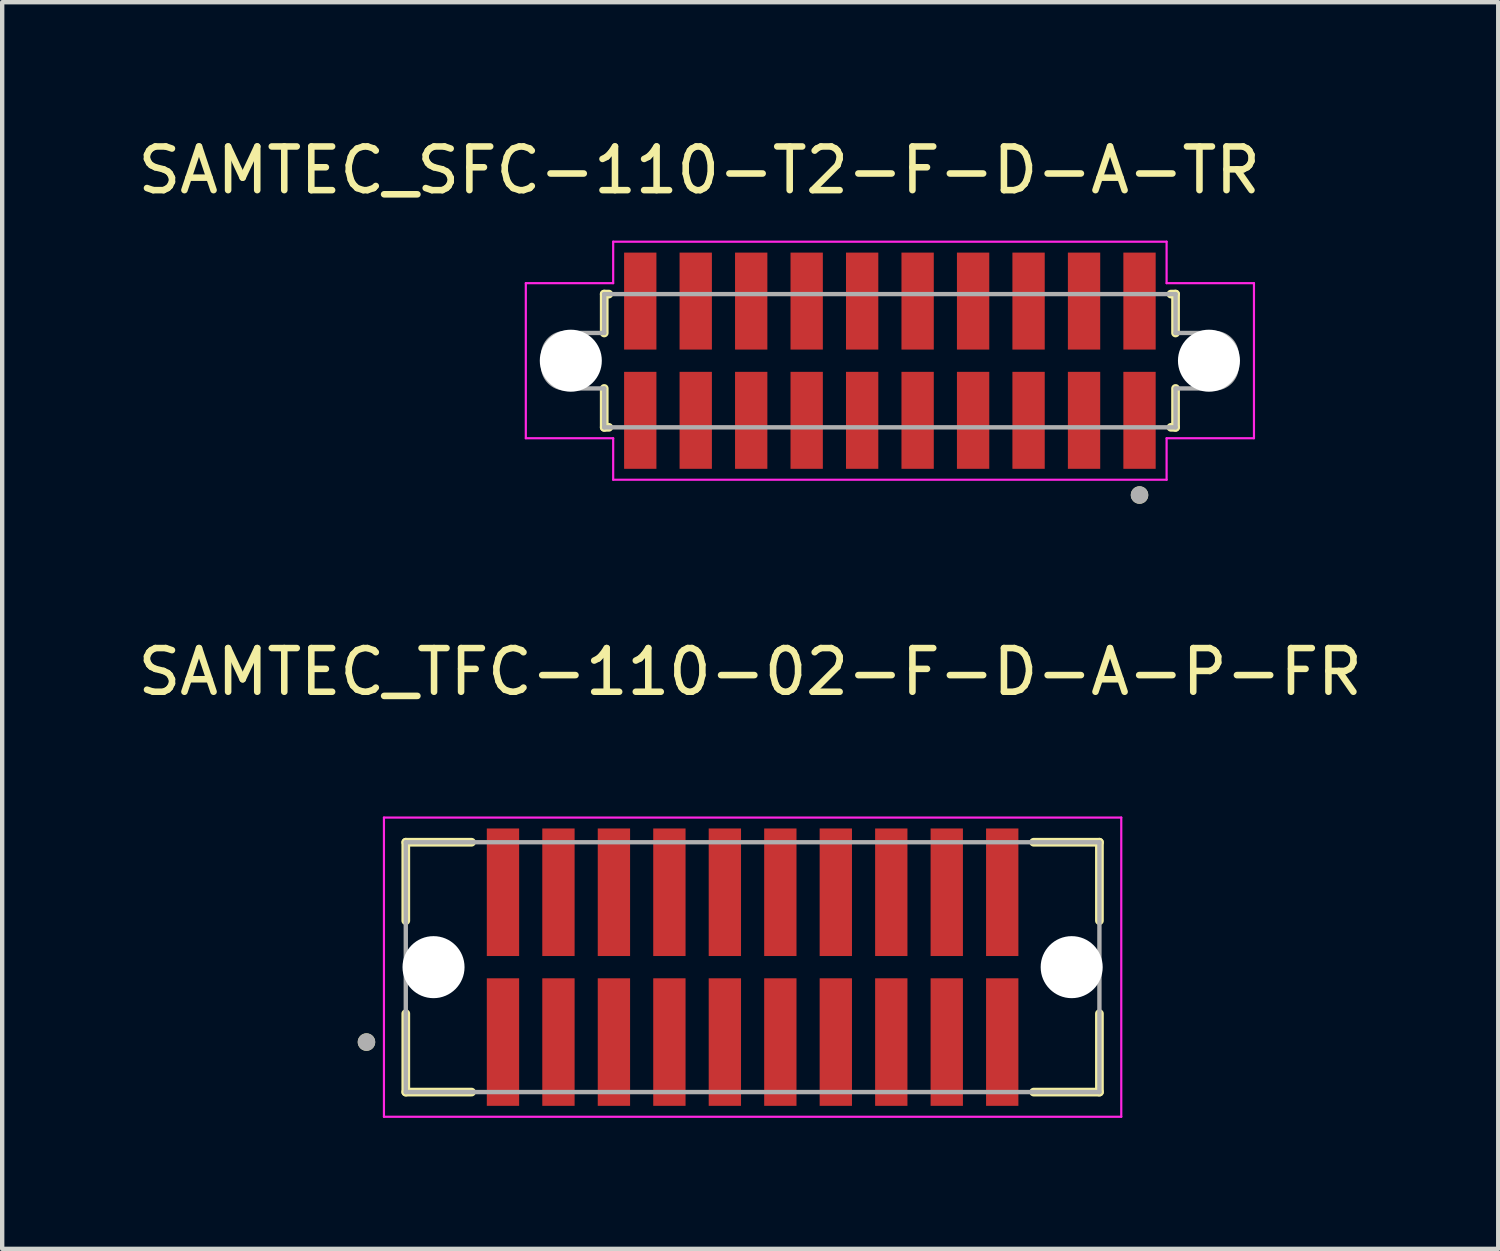
<source format=kicad_pcb>
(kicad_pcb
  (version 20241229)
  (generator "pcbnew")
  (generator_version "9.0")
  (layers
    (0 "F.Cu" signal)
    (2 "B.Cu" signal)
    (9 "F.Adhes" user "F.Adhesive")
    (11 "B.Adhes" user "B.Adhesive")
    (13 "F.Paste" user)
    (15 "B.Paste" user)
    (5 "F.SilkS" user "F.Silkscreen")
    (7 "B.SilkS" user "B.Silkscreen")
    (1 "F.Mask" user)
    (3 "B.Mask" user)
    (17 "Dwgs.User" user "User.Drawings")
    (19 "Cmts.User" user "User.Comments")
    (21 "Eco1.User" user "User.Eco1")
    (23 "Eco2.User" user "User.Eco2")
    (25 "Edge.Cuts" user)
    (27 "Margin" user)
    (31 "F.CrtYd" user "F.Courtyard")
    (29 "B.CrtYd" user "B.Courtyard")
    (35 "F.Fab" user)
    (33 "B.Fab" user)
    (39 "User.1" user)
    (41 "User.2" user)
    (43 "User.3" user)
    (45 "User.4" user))
  (footprint "SAMTEC_SFC-110-T2-F-D-A-TR"
    (layer "F.Cu")
    (at 17.323 5.208)
    (property "Reference" "SAMTEC_SFC-110-T2-F-D-A-TR" (at -4.365 -4.36 0) (layer "F.SilkS") (effects (font (size 1 1) (thickness 0.15))))
    (attr through_hole)
    (fp_line (start -6.54 -1.525) (end -6.54 -0.635) (stroke (width 0.2) (type solid)) (layer "F.SilkS"))
    (fp_line (start -6.54 -1.525) (end -6.435 -1.525) (stroke (width 0.2) (type solid)) (layer "F.SilkS"))
    (fp_line (start -6.54 1.525) (end -6.54 0.635) (stroke (width 0.2) (type solid)) (layer "F.SilkS"))
    (fp_line (start -6.54 1.525) (end -6.435 1.525) (stroke (width 0.2) (type solid)) (layer "F.SilkS"))
    (fp_line (start 6.54 -1.525) (end 6.435 -1.525) (stroke (width 0.2) (type solid)) (layer "F.SilkS"))
    (fp_line (start 6.54 -1.525) (end 6.54 -0.635) (stroke (width 0.2) (type solid)) (layer "F.SilkS"))
    (fp_line (start 6.54 1.525) (end 6.435 1.525) (stroke (width 0.2) (type solid)) (layer "F.SilkS"))
    (fp_line (start 6.54 1.525) (end 6.54 0.635) (stroke (width 0.2) (type solid)) (layer "F.SilkS"))
    (fp_circle (center 5.715 3.075) (end 5.815 3.075) (stroke (width 0.2) (type solid)) (fill no) (layer "F.SilkS"))
    (fp_line (start -8.335 -1.775) (end -6.335 -1.775) (stroke (width 0.05) (type solid)) (layer "F.CrtYd"))
    (fp_line (start -8.335 1.775) (end -8.335 -1.775) (stroke (width 0.05) (type solid)) (layer "F.CrtYd"))
    (fp_line (start -8.335 1.775) (end -6.335 1.775) (stroke (width 0.05) (type solid)) (layer "F.CrtYd"))
    (fp_line (start -6.335 -2.725) (end 6.335 -2.725) (stroke (width 0.05) (type solid)) (layer "F.CrtYd"))
    (fp_line (start -6.335 -1.775) (end -6.335 -2.725) (stroke (width 0.05) (type solid)) (layer "F.CrtYd"))
    (fp_line (start -6.335 1.775) (end -6.335 2.725) (stroke (width 0.05) (type solid)) (layer "F.CrtYd"))
    (fp_line (start -6.335 2.725) (end 6.335 2.725) (stroke (width 0.05) (type solid)) (layer "F.CrtYd"))
    (fp_line (start 6.335 -2.725) (end 6.335 -1.775) (stroke (width 0.05) (type solid)) (layer "F.CrtYd"))
    (fp_line (start 6.335 -1.775) (end 8.335 -1.775) (stroke (width 0.05) (type solid)) (layer "F.CrtYd"))
    (fp_line (start 6.335 1.775) (end 8.335 1.775) (stroke (width 0.05) (type solid)) (layer "F.CrtYd"))
    (fp_line (start 6.335 2.725) (end 6.335 1.775) (stroke (width 0.05) (type solid)) (layer "F.CrtYd"))
    (fp_line (start 8.335 -1.775) (end 8.335 1.775) (stroke (width 0.05) (type solid)) (layer "F.CrtYd"))
    (fp_line (start -7.94 -0.125) (end -7.94 0.125) (stroke (width 0.1) (type solid)) (layer "F.Fab"))
    (fp_line (start -6.54 -1.525) (end -6.54 -0.635) (stroke (width 0.1) (type solid)) (layer "F.Fab"))
    (fp_line (start -6.54 -1.525) (end 6.54 -1.525) (stroke (width 0.1) (type solid)) (layer "F.Fab"))
    (fp_line (start -6.54 -0.635) (end -7.43 -0.635) (stroke (width 0.1) (type solid)) (layer "F.Fab"))
    (fp_line (start -6.54 0.635) (end -7.43 0.635) (stroke (width 0.1) (type solid)) (layer "F.Fab"))
    (fp_line (start -6.54 1.525) (end -6.54 0.635) (stroke (width 0.1) (type solid)) (layer "F.Fab"))
    (fp_line (start 6.54 -1.525) (end 6.54 -0.635) (stroke (width 0.1) (type solid)) (layer "F.Fab"))
    (fp_line (start 6.54 -0.635) (end 7.43 -0.635) (stroke (width 0.1) (type solid)) (layer "F.Fab"))
    (fp_line (start 6.54 0.635) (end 7.43 0.635) (stroke (width 0.1) (type solid)) (layer "F.Fab"))
    (fp_line (start 6.54 1.525) (end -6.54 1.525) (stroke (width 0.1) (type solid)) (layer "F.Fab"))
    (fp_line (start 6.54 1.525) (end 6.54 0.635) (stroke (width 0.1) (type solid)) (layer "F.Fab"))
    (fp_line (start 7.94 -0.125) (end 7.94 0.125) (stroke (width 0.1) (type solid)) (layer "F.Fab"))
    (fp_arc (start -7.94 -0.125) (mid -7.790624 -0.485624) (end -7.43 -0.635) (stroke (width 0.1) (type solid)) (layer "F.Fab"))
    (fp_arc (start -7.43 0.635) (mid -7.790624 0.485624) (end -7.94 0.125) (stroke (width 0.1) (type solid)) (layer "F.Fab"))
    (fp_arc (start 7.43 -0.635) (mid 7.790624 -0.485624) (end 7.94 -0.125) (stroke (width 0.1) (type solid)) (layer "F.Fab"))
    (fp_arc (start 7.94 0.125) (mid 7.790624 0.485624) (end 7.43 0.635) (stroke (width 0.1) (type solid)) (layer "F.Fab"))
    (fp_circle (center 5.715 3.075) (end 5.815 3.075) (stroke (width 0.2) (type solid)) (fill no) (layer "F.Fab"))
    (pad "" np_thru_hole circle (at -7.305 0) (size 1.42 1.42) (drill 1.42) (layers "*.Cu" "*.Mask"))
    (pad "" np_thru_hole circle (at 7.305 0) (size 1.42 1.42) (drill 1.42) (layers "*.Cu" "*.Mask"))
    (pad "01" smd rect (at 5.715 1.365) (size 0.74 2.22) (layers "F.Cu" "F.Mask" "F.Paste"))
    (pad "02" smd rect (at 5.715 -1.365) (size 0.74 2.22) (layers "F.Cu" "F.Mask" "F.Paste"))
    (pad "03" smd rect (at 4.445 1.365) (size 0.74 2.22) (layers "F.Cu" "F.Mask" "F.Paste"))
    (pad "04" smd rect (at 4.445 -1.365) (size 0.74 2.22) (layers "F.Cu" "F.Mask" "F.Paste"))
    (pad "05" smd rect (at 3.175 1.365) (size 0.74 2.22) (layers "F.Cu" "F.Mask" "F.Paste"))
    (pad "06" smd rect (at 3.175 -1.365) (size 0.74 2.22) (layers "F.Cu" "F.Mask" "F.Paste"))
    (pad "07" smd rect (at 1.905 1.365) (size 0.74 2.22) (layers "F.Cu" "F.Mask" "F.Paste"))
    (pad "08" smd rect (at 1.905 -1.365) (size 0.74 2.22) (layers "F.Cu" "F.Mask" "F.Paste"))
    (pad "09" smd rect (at 0.635 1.365) (size 0.74 2.22) (layers "F.Cu" "F.Mask" "F.Paste"))
    (pad "10" smd rect (at 0.635 -1.365) (size 0.74 2.22) (layers "F.Cu" "F.Mask" "F.Paste"))
    (pad "11" smd rect (at -0.635 1.365) (size 0.74 2.22) (layers "F.Cu" "F.Mask" "F.Paste"))
    (pad "12" smd rect (at -0.635 -1.365) (size 0.74 2.22) (layers "F.Cu" "F.Mask" "F.Paste"))
    (pad "13" smd rect (at -1.905 1.365) (size 0.74 2.22) (layers "F.Cu" "F.Mask" "F.Paste"))
    (pad "14" smd rect (at -1.905 -1.365) (size 0.74 2.22) (layers "F.Cu" "F.Mask" "F.Paste"))
    (pad "15" smd rect (at -3.175 1.365) (size 0.74 2.22) (layers "F.Cu" "F.Mask" "F.Paste"))
    (pad "16" smd rect (at -3.175 -1.365) (size 0.74 2.22) (layers "F.Cu" "F.Mask" "F.Paste"))
    (pad "17" smd rect (at -4.445 1.365) (size 0.74 2.22) (layers "F.Cu" "F.Mask" "F.Paste"))
    (pad "18" smd rect (at -4.445 -1.365) (size 0.74 2.22) (layers "F.Cu" "F.Mask" "F.Paste"))
    (pad "19" smd rect (at -5.715 1.365) (size 0.74 2.22) (layers "F.Cu" "F.Mask" "F.Paste"))
    (pad "20" smd rect (at -5.715 -1.365) (size 0.74 2.22) (layers "F.Cu" "F.Mask" "F.Paste")))
  (footprint "SAMTEC_TFC-110-02-F-D-A-P-FR"
    (layer "F.Cu")
    (at 14.175 19.107)
    (property "Reference" "SAMTEC_TFC-110-02-F-D-A-P-FR" (at -0.05 -6.775 0) (layer "F.SilkS") (effects (font (size 1 1) (thickness 0.15))))
    (attr through_hole)
    (fp_line (start -7.935 -2.875) (end -7.935 -1.079) (stroke (width 0.2) (type solid)) (layer "F.SilkS"))
    (fp_line (start -7.935 -2.875) (end -6.43 -2.875) (stroke (width 0.2) (type solid)) (layer "F.SilkS"))
    (fp_line (start -7.935 1.049) (end -7.935 2.845) (stroke (width 0.2) (type solid)) (layer "F.SilkS"))
    (fp_line (start -6.43 2.845) (end -7.935 2.845) (stroke (width 0.2) (type solid)) (layer "F.SilkS"))
    (fp_line (start 6.44 -2.875) (end 7.945 -2.875) (stroke (width 0.2) (type solid)) (layer "F.SilkS"))
    (fp_line (start 6.44 2.845) (end 7.945 2.845) (stroke (width 0.2) (type solid)) (layer "F.SilkS"))
    (fp_line (start 7.945 -1.079) (end 7.945 -2.875) (stroke (width 0.2) (type solid)) (layer "F.SilkS"))
    (fp_line (start 7.945 2.845) (end 7.945 1.049) (stroke (width 0.2) (type solid)) (layer "F.SilkS"))
    (fp_circle (center -8.835 1.7) (end -8.735 1.7) (stroke (width 0.2) (type solid)) (fill no) (layer "F.SilkS"))
    (fp_line (start -8.435 -3.44) (end 8.445 -3.44) (stroke (width 0.05) (type solid)) (layer "F.CrtYd"))
    (fp_line (start -8.435 3.41) (end -8.435 -3.44) (stroke (width 0.05) (type solid)) (layer "F.CrtYd"))
    (fp_line (start 8.445 -3.44) (end 8.445 3.41) (stroke (width 0.05) (type solid)) (layer "F.CrtYd"))
    (fp_line (start 8.445 3.41) (end -8.435 3.41) (stroke (width 0.05) (type solid)) (layer "F.CrtYd"))
    (fp_line (start -7.935 -2.875) (end 7.945 -2.875) (stroke (width 0.1) (type solid)) (layer "F.Fab"))
    (fp_line (start -7.935 2.845) (end -7.935 -2.875) (stroke (width 0.1) (type solid)) (layer "F.Fab"))
    (fp_line (start 7.945 -2.875) (end 7.945 2.845) (stroke (width 0.1) (type solid)) (layer "F.Fab"))
    (fp_line (start 7.945 2.845) (end -7.935 2.845) (stroke (width 0.1) (type solid)) (layer "F.Fab"))
    (fp_circle (center -8.835 1.7) (end -8.735 1.7) (stroke (width 0.2) (type solid)) (fill no) (layer "F.Fab"))
    (pad "" np_thru_hole circle (at -7.3 -0.015) (size 1.42 1.42) (drill 1.42) (layers "*.Cu" "*.Mask"))
    (pad "" np_thru_hole circle (at 7.31 -0.015) (size 1.42 1.42) (drill 1.42) (layers "*.Cu" "*.Mask"))
    (pad "01" smd rect (at -5.71 1.7) (size 0.74 2.92) (layers "F.Cu" "F.Mask" "F.Paste"))
    (pad "02" smd rect (at -5.71 -1.73) (size 0.74 2.92) (layers "F.Cu" "F.Mask" "F.Paste"))
    (pad "03" smd rect (at -4.44 1.7) (size 0.74 2.92) (layers "F.Cu" "F.Mask" "F.Paste"))
    (pad "04" smd rect (at -4.44 -1.73) (size 0.74 2.92) (layers "F.Cu" "F.Mask" "F.Paste"))
    (pad "05" smd rect (at -3.17 1.7) (size 0.74 2.92) (layers "F.Cu" "F.Mask" "F.Paste"))
    (pad "06" smd rect (at -3.17 -1.73) (size 0.74 2.92) (layers "F.Cu" "F.Mask" "F.Paste"))
    (pad "07" smd rect (at -1.9 1.7) (size 0.74 2.92) (layers "F.Cu" "F.Mask" "F.Paste"))
    (pad "08" smd rect (at -1.9 -1.73) (size 0.74 2.92) (layers "F.Cu" "F.Mask" "F.Paste"))
    (pad "09" smd rect (at -0.63 1.7) (size 0.74 2.92) (layers "F.Cu" "F.Mask" "F.Paste"))
    (pad "10" smd rect (at -0.63 -1.73) (size 0.74 2.92) (layers "F.Cu" "F.Mask" "F.Paste"))
    (pad "11" smd rect (at 0.64 1.7) (size 0.74 2.92) (layers "F.Cu" "F.Mask" "F.Paste"))
    (pad "12" smd rect (at 0.64 -1.73) (size 0.74 2.92) (layers "F.Cu" "F.Mask" "F.Paste"))
    (pad "13" smd rect (at 1.91 1.7) (size 0.74 2.92) (layers "F.Cu" "F.Mask" "F.Paste"))
    (pad "14" smd rect (at 1.91 -1.73) (size 0.74 2.92) (layers "F.Cu" "F.Mask" "F.Paste"))
    (pad "15" smd rect (at 3.18 1.7) (size 0.74 2.92) (layers "F.Cu" "F.Mask" "F.Paste"))
    (pad "16" smd rect (at 3.18 -1.73) (size 0.74 2.92) (layers "F.Cu" "F.Mask" "F.Paste"))
    (pad "17" smd rect (at 4.45 1.7) (size 0.74 2.92) (layers "F.Cu" "F.Mask" "F.Paste"))
    (pad "18" smd rect (at 4.45 -1.73) (size 0.74 2.92) (layers "F.Cu" "F.Mask" "F.Paste"))
    (pad "19" smd rect (at 5.72 1.7) (size 0.74 2.92) (layers "F.Cu" "F.Mask" "F.Paste"))
    (pad "20" smd rect (at 5.72 -1.73) (size 0.74 2.92) (layers "F.Cu" "F.Mask" "F.Paste")))
  (gr_rect
    (start -3 -3)
    (end 31.25 25.541)
    (stroke (width 0.1) (type default))
    (fill no)
    (layer "Edge.Cuts")))
</source>
